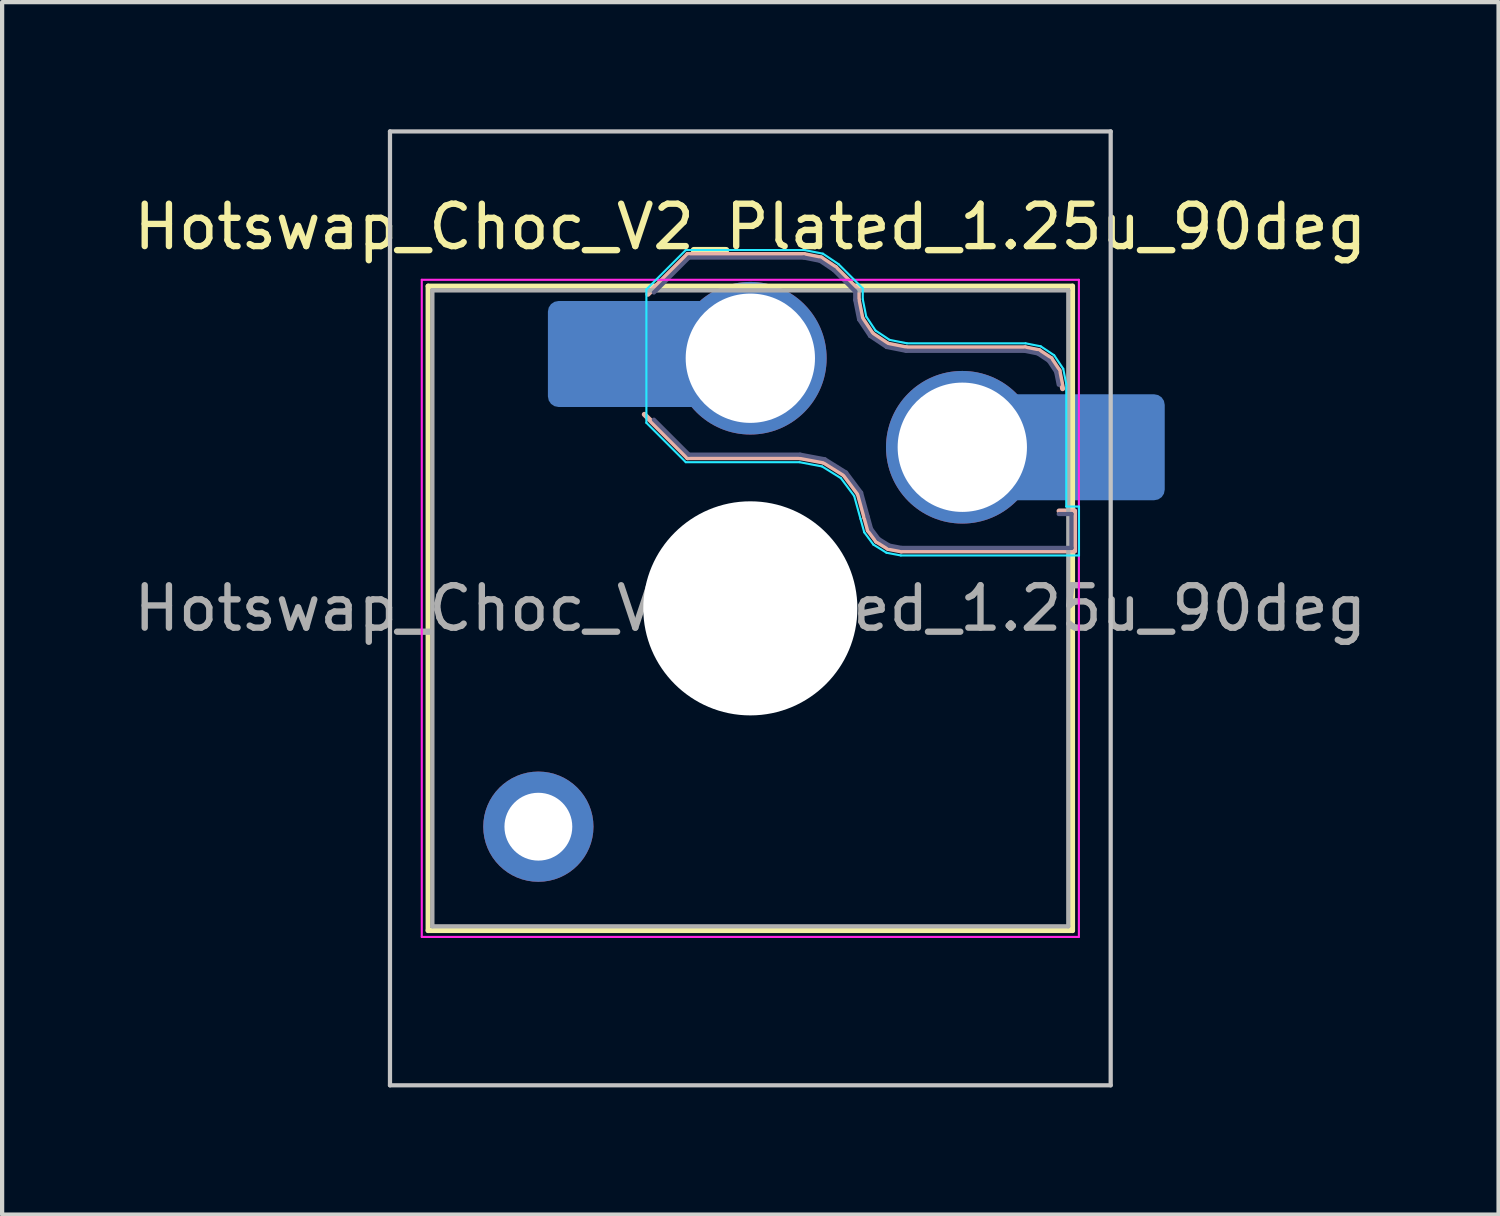
<source format=kicad_pcb>
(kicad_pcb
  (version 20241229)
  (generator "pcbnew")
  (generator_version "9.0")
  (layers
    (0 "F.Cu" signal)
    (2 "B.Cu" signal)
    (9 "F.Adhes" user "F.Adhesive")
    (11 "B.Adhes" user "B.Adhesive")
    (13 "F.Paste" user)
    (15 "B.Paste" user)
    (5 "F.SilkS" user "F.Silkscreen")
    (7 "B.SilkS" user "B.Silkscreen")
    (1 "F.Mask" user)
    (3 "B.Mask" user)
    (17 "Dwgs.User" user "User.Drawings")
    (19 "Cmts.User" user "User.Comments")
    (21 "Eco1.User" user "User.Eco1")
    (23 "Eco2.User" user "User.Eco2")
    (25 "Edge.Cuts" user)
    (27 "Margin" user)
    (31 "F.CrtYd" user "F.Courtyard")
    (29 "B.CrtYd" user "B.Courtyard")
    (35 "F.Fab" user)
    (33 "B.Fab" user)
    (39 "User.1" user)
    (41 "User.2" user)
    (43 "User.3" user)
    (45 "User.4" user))
  (footprint "Hotswap_Choc_V2_Plated_1.25u_90deg"
    (layer "F.Cu")
    (at 14.649 11.3)
    (property "Reference" "Hotswap_Choc_V2_Plated_1.25u_90deg" (at 0 -9 0) (layer "F.SilkS") (effects (font (size 1 1) (thickness 0.15))))
    (attr smd)
    (fp_line (start -7.6 -7.6) (end -7.6 7.6) (stroke (width 0.12) (type solid)) (layer "F.SilkS"))
    (fp_line (start -7.6 7.6) (end 7.6 7.6) (stroke (width 0.12) (type solid)) (layer "F.SilkS"))
    (fp_line (start 7.6 -7.6) (end -7.6 -7.6) (stroke (width 0.12) (type solid)) (layer "F.SilkS"))
    (fp_line (start 7.6 7.6) (end 7.6 -7.6) (stroke (width 0.12) (type solid)) (layer "F.SilkS"))
    (fp_line (start -2.416 -7.409) (end -1.479 -8.346) (stroke (width 0.12) (type solid)) (layer "B.SilkS"))
    (fp_line (start -1.479 -8.346) (end 1.268 -8.346) (stroke (width 0.12) (type solid)) (layer "B.SilkS"))
    (fp_line (start -1.479 -3.554) (end -2.5 -4.575) (stroke (width 0.12) (type solid)) (layer "B.SilkS"))
    (fp_line (start 1.168 -3.554) (end -1.479 -3.554) (stroke (width 0.12) (type solid)) (layer "B.SilkS"))
    (fp_line (start 1.268 -8.346) (end 1.671 -8.266) (stroke (width 0.12) (type solid)) (layer "B.SilkS"))
    (fp_line (start 1.671 -8.266) (end 2.013 -8.037) (stroke (width 0.12) (type solid)) (layer "B.SilkS"))
    (fp_line (start 1.73 -3.449) (end 1.168 -3.554) (stroke (width 0.12) (type solid)) (layer "B.SilkS"))
    (fp_line (start 2.013 -8.037) (end 2.546 -7.504) (stroke (width 0.12) (type solid)) (layer "B.SilkS"))
    (fp_line (start 2.209 -3.15) (end 1.73 -3.449) (stroke (width 0.12) (type solid)) (layer "B.SilkS"))
    (fp_line (start 2.546 -7.504) (end 2.546 -7.282) (stroke (width 0.12) (type solid)) (layer "B.SilkS"))
    (fp_line (start 2.546 -7.282) (end 2.633 -6.844) (stroke (width 0.12) (type solid)) (layer "B.SilkS"))
    (fp_line (start 2.547 -2.697) (end 2.209 -3.15) (stroke (width 0.12) (type solid)) (layer "B.SilkS"))
    (fp_line (start 2.633 -6.844) (end 2.877 -6.477) (stroke (width 0.12) (type solid)) (layer "B.SilkS"))
    (fp_line (start 2.701 -2.139) (end 2.547 -2.697) (stroke (width 0.12) (type solid)) (layer "B.SilkS"))
    (fp_line (start 2.783 -1.841) (end 2.701 -2.139) (stroke (width 0.12) (type solid)) (layer "B.SilkS"))
    (fp_line (start 2.877 -6.477) (end 3.244 -6.233) (stroke (width 0.12) (type solid)) (layer "B.SilkS"))
    (fp_line (start 2.976 -1.583) (end 2.783 -1.841) (stroke (width 0.12) (type solid)) (layer "B.SilkS"))
    (fp_line (start 3.244 -6.233) (end 3.682 -6.146) (stroke (width 0.12) (type solid)) (layer "B.SilkS"))
    (fp_line (start 3.25 -1.413) (end 2.976 -1.583) (stroke (width 0.12) (type solid)) (layer "B.SilkS"))
    (fp_line (start 3.56 -1.354) (end 3.25 -1.413) (stroke (width 0.12) (type solid)) (layer "B.SilkS"))
    (fp_line (start 3.682 -6.146) (end 6.482 -6.146) (stroke (width 0.12) (type solid)) (layer "B.SilkS"))
    (fp_line (start 6.482 -6.146) (end 6.809 -6.081) (stroke (width 0.12) (type solid)) (layer "B.SilkS"))
    (fp_line (start 6.809 -6.081) (end 7.092 -5.892) (stroke (width 0.12) (type solid)) (layer "B.SilkS"))
    (fp_line (start 7.092 -5.892) (end 7.281 -5.609) (stroke (width 0.12) (type solid)) (layer "B.SilkS"))
    (fp_line (start 7.281 -5.609) (end 7.366 -5.182) (stroke (width 0.12) (type solid)) (layer "B.SilkS"))
    (fp_line (start 7.283 -2.296) (end 7.646 -2.296) (stroke (width 0.12) (type solid)) (layer "B.SilkS"))
    (fp_line (start 7.646 -2.296) (end 7.646 -1.354) (stroke (width 0.12) (type solid)) (layer "B.SilkS"))
    (fp_line (start 7.646 -1.354) (end 3.56 -1.354) (stroke (width 0.12) (type solid)) (layer "B.SilkS"))
    (fp_line (start -8.5 -11.25) (end 8.5 -11.25) (stroke (width 0.1) (type solid)) (layer "Dwgs.User"))
    (fp_line (start -8.5 11.25) (end -8.5 -11.25) (stroke (width 0.1) (type solid)) (layer "Dwgs.User"))
    (fp_line (start 8.5 -11.25) (end 8.5 11.25) (stroke (width 0.1) (type solid)) (layer "Dwgs.User"))
    (fp_line (start 8.5 11.25) (end -8.5 11.25) (stroke (width 0.1) (type solid)) (layer "Dwgs.User"))
    (fp_line (start -7.25 -7.25) (end -7.25 7.25) (stroke (width 0.1) (type solid)) (layer "Eco1.User"))
    (fp_line (start -7.25 7.25) (end 7.25 7.25) (stroke (width 0.1) (type solid)) (layer "Eco1.User"))
    (fp_line (start 7.25 -7.25) (end -7.25 -7.25) (stroke (width 0.1) (type solid)) (layer "Eco1.User"))
    (fp_line (start 7.25 7.25) (end 7.25 -7.25) (stroke (width 0.1) (type solid)) (layer "Eco1.User"))
    (fp_line (start -2.452 -7.523) (end -1.523 -8.452) (stroke (width 0.05) (type solid)) (layer "B.CrtYd"))
    (fp_line (start -2.452 -4.377) (end -2.452 -7.523) (stroke (width 0.05) (type solid)) (layer "B.CrtYd"))
    (fp_line (start -1.523 -8.452) (end 1.278 -8.452) (stroke (width 0.05) (type solid)) (layer "B.CrtYd"))
    (fp_line (start -1.523 -3.448) (end -2.452 -4.377) (stroke (width 0.05) (type solid)) (layer "B.CrtYd"))
    (fp_line (start 1.159 -3.448) (end -1.523 -3.448) (stroke (width 0.05) (type solid)) (layer "B.CrtYd"))
    (fp_line (start 1.278 -8.452) (end 1.712 -8.366) (stroke (width 0.05) (type solid)) (layer "B.CrtYd"))
    (fp_line (start 1.691 -3.348) (end 1.159 -3.448) (stroke (width 0.05) (type solid)) (layer "B.CrtYd"))
    (fp_line (start 1.712 -8.366) (end 2.081 -8.119) (stroke (width 0.05) (type solid)) (layer "B.CrtYd"))
    (fp_line (start 2.081 -8.119) (end 2.652 -7.548) (stroke (width 0.05) (type solid)) (layer "B.CrtYd"))
    (fp_line (start 2.136 -3.071) (end 1.691 -3.348) (stroke (width 0.05) (type solid)) (layer "B.CrtYd"))
    (fp_line (start 2.45 -2.65) (end 2.136 -3.071) (stroke (width 0.05) (type solid)) (layer "B.CrtYd"))
    (fp_line (start 2.599 -2.111) (end 2.45 -2.65) (stroke (width 0.05) (type solid)) (layer "B.CrtYd"))
    (fp_line (start 2.652 -7.548) (end 2.652 -7.292) (stroke (width 0.05) (type solid)) (layer "B.CrtYd"))
    (fp_line (start 2.652 -7.292) (end 2.733 -6.885) (stroke (width 0.05) (type solid)) (layer "B.CrtYd"))
    (fp_line (start 2.687 -1.794) (end 2.599 -2.111) (stroke (width 0.05) (type solid)) (layer "B.CrtYd"))
    (fp_line (start 2.733 -6.885) (end 2.953 -6.553) (stroke (width 0.05) (type solid)) (layer "B.CrtYd"))
    (fp_line (start 2.903 -1.503) (end 2.687 -1.794) (stroke (width 0.05) (type solid)) (layer "B.CrtYd"))
    (fp_line (start 2.953 -6.553) (end 3.285 -6.333) (stroke (width 0.05) (type solid)) (layer "B.CrtYd"))
    (fp_line (start 3.211 -1.312) (end 2.903 -1.503) (stroke (width 0.05) (type solid)) (layer "B.CrtYd"))
    (fp_line (start 3.285 -6.333) (end 3.692 -6.252) (stroke (width 0.05) (type solid)) (layer "B.CrtYd"))
    (fp_line (start 3.55 -1.248) (end 3.211 -1.312) (stroke (width 0.05) (type solid)) (layer "B.CrtYd"))
    (fp_line (start 3.692 -6.252) (end 6.492 -6.252) (stroke (width 0.05) (type solid)) (layer "B.CrtYd"))
    (fp_line (start 6.492 -6.252) (end 6.85 -6.181) (stroke (width 0.05) (type solid)) (layer "B.CrtYd"))
    (fp_line (start 6.85 -6.181) (end 7.168 -5.968) (stroke (width 0.05) (type solid)) (layer "B.CrtYd"))
    (fp_line (start 7.168 -5.968) (end 7.381 -5.65) (stroke (width 0.05) (type solid)) (layer "B.CrtYd"))
    (fp_line (start 7.381 -5.65) (end 7.452 -5.292) (stroke (width 0.05) (type solid)) (layer "B.CrtYd"))
    (fp_line (start 7.452 -5.292) (end 7.452 -2.402) (stroke (width 0.05) (type solid)) (layer "B.CrtYd"))
    (fp_line (start 7.452 -2.402) (end 7.752 -2.402) (stroke (width 0.05) (type solid)) (layer "B.CrtYd"))
    (fp_line (start 7.752 -2.402) (end 7.752 -1.248) (stroke (width 0.05) (type solid)) (layer "B.CrtYd"))
    (fp_line (start 7.752 -1.248) (end 3.55 -1.248) (stroke (width 0.05) (type solid)) (layer "B.CrtYd"))
    (fp_line (start -7.75 -7.75) (end -7.75 7.75) (stroke (width 0.05) (type solid)) (layer "F.CrtYd"))
    (fp_line (start -7.75 7.75) (end 7.75 7.75) (stroke (width 0.05) (type solid)) (layer "F.CrtYd"))
    (fp_line (start 7.75 -7.75) (end -7.75 -7.75) (stroke (width 0.05) (type solid)) (layer "F.CrtYd"))
    (fp_line (start 7.75 7.75) (end 7.75 -7.75) (stroke (width 0.05) (type solid)) (layer "F.CrtYd"))
    (fp_line (start -2.275 -7.45) (end -1.45 -8.275) (stroke (width 0.1) (type solid)) (layer "B.Fab"))
    (fp_line (start -1.45 -8.275) (end 1.261 -8.275) (stroke (width 0.1) (type solid)) (layer "B.Fab"))
    (fp_line (start -1.45 -3.625) (end -2.275 -4.45) (stroke (width 0.1) (type solid)) (layer "B.Fab"))
    (fp_line (start 1.175 -3.625) (end -1.45 -3.625) (stroke (width 0.1) (type solid)) (layer "B.Fab"))
    (fp_line (start 1.261 -8.275) (end 1.643 -8.199) (stroke (width 0.1) (type solid)) (layer "B.Fab"))
    (fp_line (start 1.643 -8.199) (end 1.968 -7.982) (stroke (width 0.1) (type solid)) (layer "B.Fab"))
    (fp_line (start 1.756 -3.516) (end 1.175 -3.625) (stroke (width 0.1) (type solid)) (layer "B.Fab"))
    (fp_line (start 1.968 -7.982) (end 2.475 -7.475) (stroke (width 0.1) (type solid)) (layer "B.Fab"))
    (fp_line (start 2.258 -3.203) (end 1.756 -3.516) (stroke (width 0.1) (type solid)) (layer "B.Fab"))
    (fp_line (start 2.475 -7.475) (end 2.475 -7.275) (stroke (width 0.1) (type solid)) (layer "B.Fab"))
    (fp_line (start 2.475 -7.275) (end 2.566 -6.816) (stroke (width 0.1) (type solid)) (layer "B.Fab"))
    (fp_line (start 2.566 -6.816) (end 2.826 -6.426) (stroke (width 0.1) (type solid)) (layer "B.Fab"))
    (fp_line (start 2.612 -2.729) (end 2.258 -3.203) (stroke (width 0.1) (type solid)) (layer "B.Fab"))
    (fp_line (start 2.769 -2.158) (end 2.612 -2.729) (stroke (width 0.1) (type solid)) (layer "B.Fab"))
    (fp_line (start 2.826 -6.426) (end 3.216 -6.166) (stroke (width 0.1) (type solid)) (layer "B.Fab"))
    (fp_line (start 2.848 -1.873) (end 2.769 -2.158) (stroke (width 0.1) (type solid)) (layer "B.Fab"))
    (fp_line (start 3.025 -1.636) (end 2.848 -1.873) (stroke (width 0.1) (type solid)) (layer "B.Fab"))
    (fp_line (start 3.216 -6.166) (end 3.675 -6.075) (stroke (width 0.1) (type solid)) (layer "B.Fab"))
    (fp_line (start 3.276 -1.48) (end 3.025 -1.636) (stroke (width 0.1) (type solid)) (layer "B.Fab"))
    (fp_line (start 3.567 -1.425) (end 3.276 -1.48) (stroke (width 0.1) (type solid)) (layer "B.Fab"))
    (fp_line (start 3.675 -6.075) (end 6.475 -6.075) (stroke (width 0.1) (type solid)) (layer "B.Fab"))
    (fp_line (start 6.475 -6.075) (end 6.781 -6.014) (stroke (width 0.1) (type solid)) (layer "B.Fab"))
    (fp_line (start 6.781 -6.014) (end 7.041 -5.841) (stroke (width 0.1) (type solid)) (layer "B.Fab"))
    (fp_line (start 7.041 -5.841) (end 7.214 -5.581) (stroke (width 0.1) (type solid)) (layer "B.Fab"))
    (fp_line (start 7.214 -5.581) (end 7.275 -5.275) (stroke (width 0.1) (type solid)) (layer "B.Fab"))
    (fp_line (start 7.275 -2.225) (end 7.575 -2.225) (stroke (width 0.1) (type solid)) (layer "B.Fab"))
    (fp_line (start 7.575 -2.225) (end 7.575 -1.425) (stroke (width 0.1) (type solid)) (layer "B.Fab"))
    (fp_line (start 7.575 -1.425) (end 3.567 -1.425) (stroke (width 0.1) (type solid)) (layer "B.Fab"))
    (fp_line (start -7.5 -7.5) (end -7.5 7.5) (stroke (width 0.1) (type solid)) (layer "F.Fab"))
    (fp_line (start -7.5 7.5) (end 7.5 7.5) (stroke (width 0.1) (type solid)) (layer "F.Fab"))
    (fp_line (start 7.5 -7.5) (end -7.5 -7.5) (stroke (width 0.1) (type solid)) (layer "F.Fab"))
    (fp_line (start 7.5 7.5) (end 7.5 -7.5) (stroke (width 0.1) (type solid)) (layer "F.Fab"))
    (fp_text user "${REFERENCE}" (at 0 0 0) (layer "F.Fab") (effects (font (size 1 1) (thickness 0.15))))
    (pad "" thru_hole circle (at -5 5.15) (size 2.6 2.6) (drill 1.6) (layers "*.Cu" "*.Mask"))
    (pad "" smd roundrect (at -3.5 -6) (size 2.55 2.5) (layers "B.Mask" "B.Paste") (roundrect_rratio 0.1))
    (pad "" np_thru_hole circle (at 0 0) (size 5.05 5.05) (drill 5.05) (layers "*.Cu" "*.Mask"))
    (pad "" smd roundrect (at 8.5 -3.8) (size 2.55 2.5) (layers "B.Mask" "B.Paste") (roundrect_rratio 0.1))
    (pad "1" smd roundrect (at -2.85 -6) (size 3.85 2.5) (layers "B.Cu") (roundrect_rratio 0.1))
    (pad "1" thru_hole circle (at 0 -5.9) (size 3.6 3.6) (drill 3.05) (layers "*.Cu" "*.Mask"))
    (pad "2" thru_hole circle (at 5 -3.8) (size 3.6 3.6) (drill 3.05) (layers "*.Cu" "*.Mask"))
    (pad "2" smd roundrect (at 7.85 -3.8) (size 3.85 2.5) (layers "B.Cu") (roundrect_rratio 0.1)))
  (gr_rect
    (start -3 -3)
    (end 32.298 25.6)
    (stroke (width 0.1) (type default))
    (fill no)
    (layer "Edge.Cuts")))
</source>
